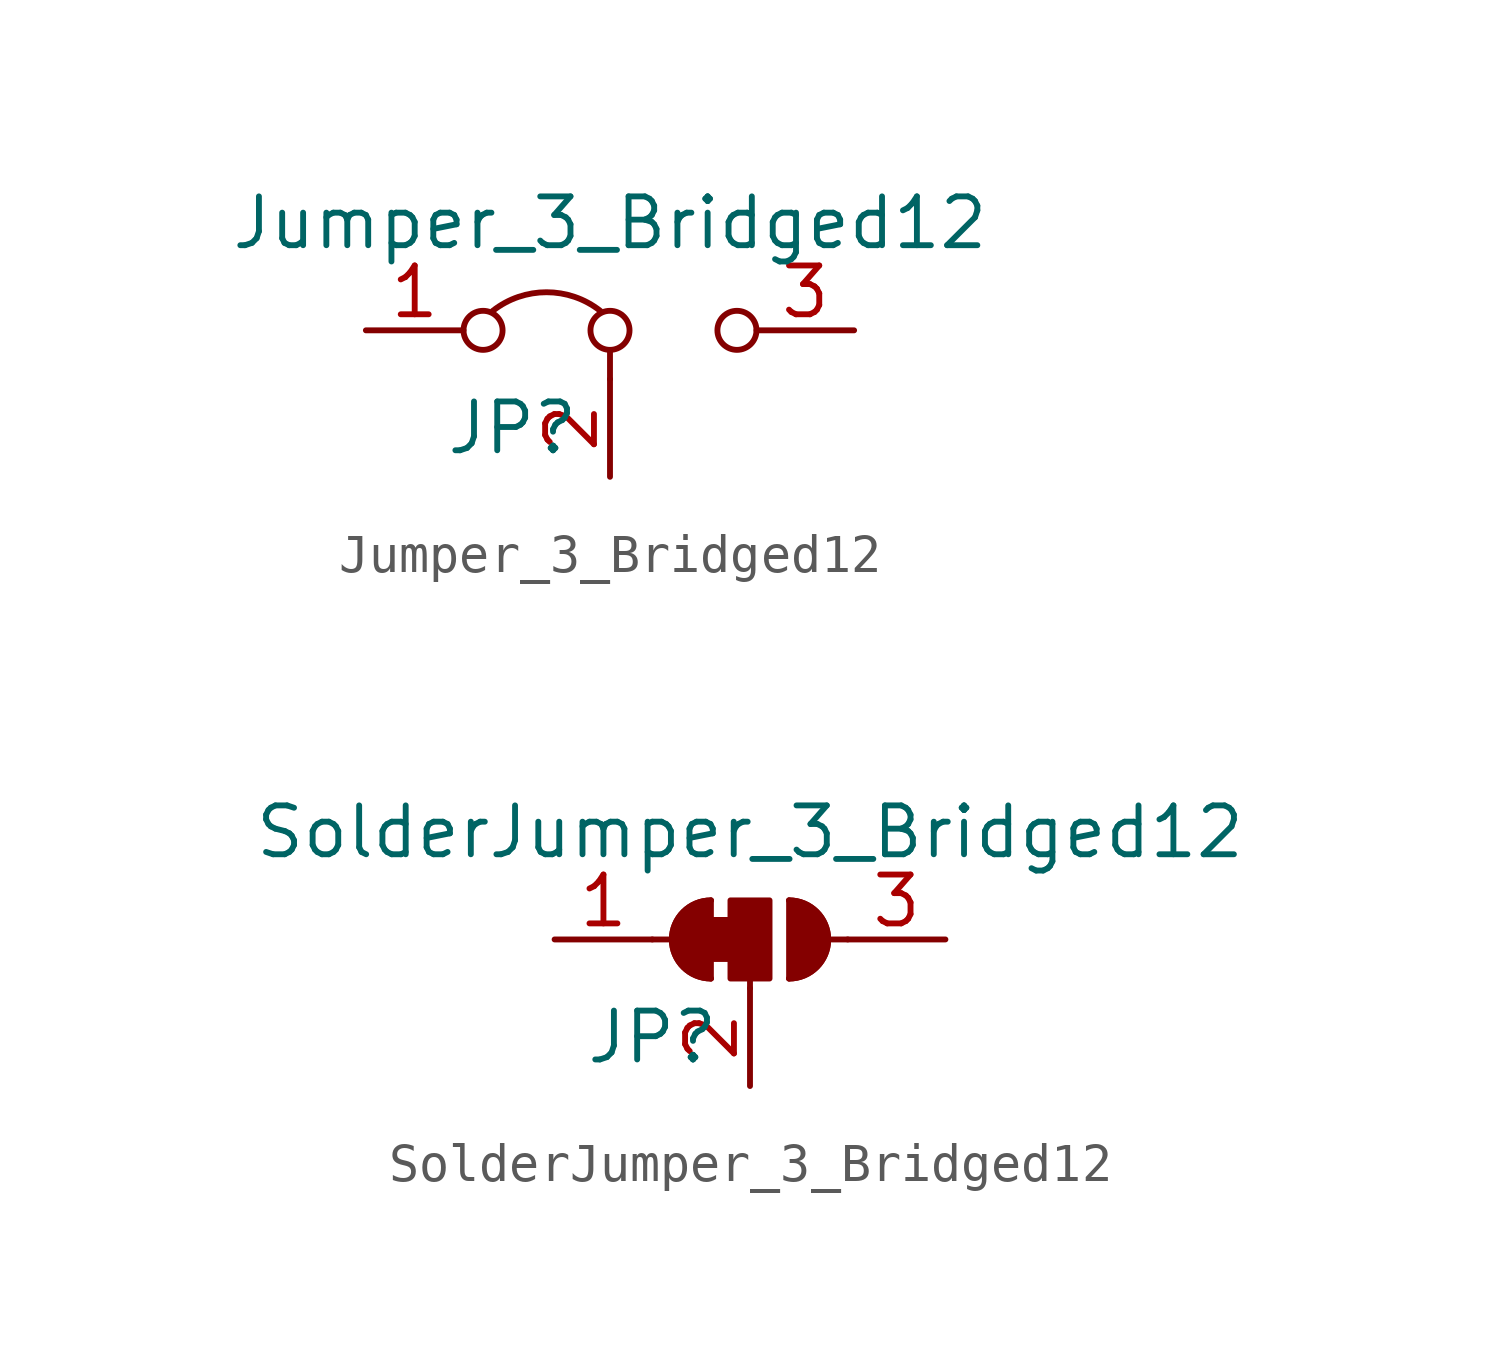
<source format=kicad_sym>
(kicad_symbol_lib
  (version 20231120)
  (generator "kicad_symbol_editor")
  (generator_version "8.0")
  (symbol "Jumper_3_Bridged12"
    (pin_names
      (offset 0) hide)
    (property "Reference" "JP"
      (at -2.54 -2.54 0)
      (effects (font (size 1.27 1.27))))
    (property "Value" "Jumper_3_Bridged12"
      (at 0 2.794 0)
      (effects (font (size 1.27 1.27))))
    (symbol "Jumper_3_Bridged12_0_0"
      (circle (center -3.302 0) (radius 0.508) (stroke (width 0) (type solid)) (fill (type none)))
      (circle (center 0 0) (radius 0.508) (stroke (width 0) (type solid)) (fill (type none)))
      (circle (center 3.302 0) (radius 0.508) (stroke (width 0) (type solid)) (fill (type none))))
    (symbol "Jumper_3_Bridged12_0_1"
      (arc (start -0.254 0.508) (mid -1.651 0.9912) (end -3.048 0.508) (stroke (width 0) (type solid)) (fill (type none)))
      (polyline (pts (xy 0 -1.27) (xy 0 -0.508)) (stroke (width 0) (type solid)) (fill (type none))))
    (symbol "Jumper_3_Bridged12_1_1"
      (pin input line (at -6.35 0 0) (length 2.54) (name "A" (effects (font (size 1.27 1.27)))) (number "1" (effects (font (size 1.27 1.27)))))
      (pin output line (at 0 -3.81 90) (length 2.54) (name "C" (effects (font (size 1.27 1.27)))) (number "2" (effects (font (size 1.27 1.27)))))
      (pin input line (at 6.35 0 180) (length 2.54) (name "B" (effects (font (size 1.27 1.27)))) (number "3" (effects (font (size 1.27 1.27)))))))
  (symbol "SolderJumper_3_Bridged12"
    (pin_names
      (offset 0) hide)
    (property "Reference" "JP"
      (at -2.54 -2.54 0)
      (effects (font (size 1.27 1.27))))
    (property "Value" "SolderJumper_3_Bridged12"
      (at 0 2.794 0)
      (effects (font (size 1.27 1.27))))
    (symbol "SolderJumper_3_Bridged12_0_1"
      (rectangle (start -1.016 0.508) (end -0.508 -0.508) (stroke (width 0) (type solid)) (fill (type outline)))
      (arc (start -1.016 1.016) (mid -2.032 0) (end -1.016 -1.016) (stroke (width 0) (type solid)) (fill (type none)))
      (arc (start -1.016 1.016) (mid -2.032 0) (end -1.016 -1.016) (stroke (width 0) (type solid)) (fill (type outline)))
      (rectangle (start -0.508 1.016) (end 0.508 -1.016) (stroke (width 0) (type solid)) (fill (type outline)))
      (polyline (pts (xy -2.54 0) (xy -2.032 0)) (stroke (width 0) (type solid)) (fill (type none)))
      (polyline (pts (xy -1.016 1.016) (xy -1.016 -1.016)) (stroke (width 0) (type solid)) (fill (type none)))
      (polyline (pts (xy 0 -1.27) (xy 0 -1.016)) (stroke (width 0) (type solid)) (fill (type none)))
      (polyline (pts (xy 1.016 1.016) (xy 1.016 -1.016)) (stroke (width 0) (type solid)) (fill (type none)))
      (polyline (pts (xy 2.54 0) (xy 2.032 0)) (stroke (width 0) (type solid)) (fill (type none)))
      (arc (start 1.016 -1.016) (mid 2.032 0) (end 1.016 1.016) (stroke (width 0) (type solid)) (fill (type none)))
      (arc (start 1.016 -1.016) (mid 2.032 0) (end 1.016 1.016) (stroke (width 0) (type solid)) (fill (type outline))))
    (symbol "SolderJumper_3_Bridged12_1_1"
      (pin input line (at -5.08 0 0) (length 2.54) (name "A" (effects (font (size 1.27 1.27)))) (number "1" (effects (font (size 1.27 1.27)))))
      (pin output line (at 0 -3.81 90) (length 2.54) (name "C" (effects (font (size 1.27 1.27)))) (number "2" (effects (font (size 1.27 1.27)))))
      (pin input line (at 5.08 0 180) (length 2.54) (name "B" (effects (font (size 1.27 1.27)))) (number "3" (effects (font (size 1.27 1.27))))))))
</source>
